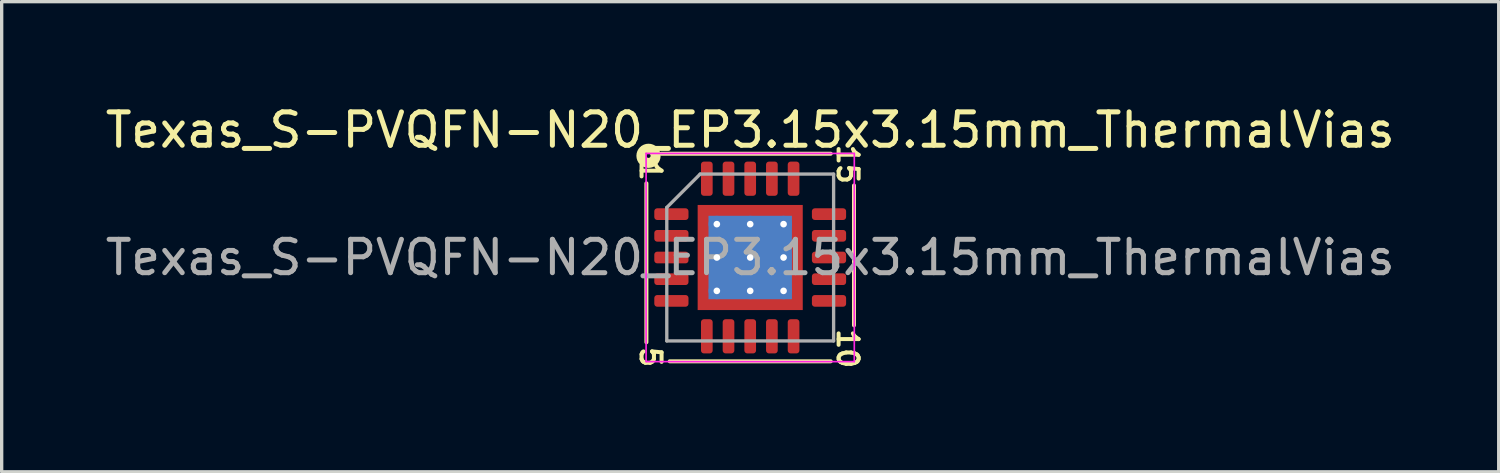
<source format=kicad_pcb>
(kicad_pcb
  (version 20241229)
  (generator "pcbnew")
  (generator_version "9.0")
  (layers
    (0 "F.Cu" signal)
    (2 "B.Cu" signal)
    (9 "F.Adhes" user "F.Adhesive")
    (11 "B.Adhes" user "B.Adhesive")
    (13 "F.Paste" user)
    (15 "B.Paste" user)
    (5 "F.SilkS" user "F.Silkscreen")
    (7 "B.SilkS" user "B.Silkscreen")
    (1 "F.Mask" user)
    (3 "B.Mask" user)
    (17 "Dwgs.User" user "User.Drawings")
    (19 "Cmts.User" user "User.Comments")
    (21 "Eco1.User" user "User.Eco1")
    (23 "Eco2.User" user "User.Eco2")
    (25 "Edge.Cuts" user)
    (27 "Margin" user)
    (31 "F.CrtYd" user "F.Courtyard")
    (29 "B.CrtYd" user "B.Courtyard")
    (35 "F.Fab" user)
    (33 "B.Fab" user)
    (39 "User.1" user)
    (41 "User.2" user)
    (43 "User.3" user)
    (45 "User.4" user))
  (footprint "Texas_S-PVQFN-N20_EP3.15x3.15mm_ThermalVias"
    (layer "F.Cu")
    (at 19.435 4.668)
    (property "Reference" "Texas_S-PVQFN-N20_EP3.15x3.15mm_ThermalVias" (at 0 -3.82 0) (layer "F.SilkS") (effects (font (size 1 1) (thickness 0.15))))
    (attr smd)
    (fp_line (start -3.111 -2.223) (end -3.111 2.54) (stroke (width 0.12) (type solid)) (layer "F.SilkS"))
    (fp_line (start -2.413 3.111) (end 2.413 3.111) (stroke (width 0.12) (type solid)) (layer "F.SilkS"))
    (fp_line (start 2.413 -3.111) (end -2.667 -3.111) (stroke (width 0.12) (type solid)) (layer "F.SilkS"))
    (fp_line (start 3.111 2.032) (end 3.111 -2.159) (stroke (width 0.12) (type solid)) (layer "F.SilkS"))
    (fp_circle (center -3.048 -3.048) (end -2.985 -3.048) (stroke (width 0.3) (type solid)) (fill no) (layer "F.SilkS"))
    (fp_line (start -3.12 -3.12) (end -3.12 3.12) (stroke (width 0.05) (type solid)) (layer "F.CrtYd"))
    (fp_line (start -3.12 3.12) (end 3.12 3.12) (stroke (width 0.05) (type solid)) (layer "F.CrtYd"))
    (fp_line (start 3.12 -3.12) (end -3.12 -3.12) (stroke (width 0.05) (type solid)) (layer "F.CrtYd"))
    (fp_line (start 3.12 3.12) (end 3.12 -3.12) (stroke (width 0.05) (type solid)) (layer "F.CrtYd"))
    (fp_line (start -2.5 -1.5) (end -1.5 -2.5) (stroke (width 0.1) (type solid)) (layer "F.Fab"))
    (fp_line (start -2.5 2.5) (end -2.5 -1.5) (stroke (width 0.1) (type solid)) (layer "F.Fab"))
    (fp_line (start -1.5 -2.5) (end 2.5 -2.5) (stroke (width 0.1) (type solid)) (layer "F.Fab"))
    (fp_line (start 2.5 -2.5) (end 2.5 2.5) (stroke (width 0.1) (type solid)) (layer "F.Fab"))
    (fp_line (start 2.5 2.5) (end -2.5 2.5) (stroke (width 0.1) (type solid)) (layer "F.Fab"))
    (fp_text user "1" (at -2.985 -2.603 270) (unlocked yes) (layer "F.SilkS") (effects (font (size 0.6 0.6) (thickness 0.12))))
    (fp_text user "10" (at 2.921 2.731 270) (unlocked yes) (layer "F.SilkS") (effects (font (size 0.6 0.6) (thickness 0.12))))
    (fp_text user "15" (at 2.921 -2.794 270) (unlocked yes) (layer "F.SilkS") (effects (font (size 0.6 0.6) (thickness 0.12))))
    (fp_text user "5" (at -2.985 2.985 270) (unlocked yes) (layer "F.SilkS") (effects (font (size 0.6 0.6) (thickness 0.12))))
    (fp_text user "${REFERENCE}" (at 0 0 0) (layer "F.Fab") (effects (font (size 1 1) (thickness 0.15))))
    (pad "" smd custom (at -1.288 -1.288) (size 0.342 0.342) (layers "F.Paste") (options (anchor circle)) (primitives (gr_poly (pts (xy -0.116 -0.116) (xy 0.116 -0.116) (xy 0.116 0.012) (xy 0.012 0.116) (xy -0.116 0.116)) (width 0.232) (fill yes))))
    (pad "" smd custom (at -1.288 -0.5) (size 0.371 0.371) (layers "F.Paste") (options (anchor circle)) (primitives (gr_poly (pts (xy -0.14 -0.311) (xy 0.063 -0.311) (xy 0.14 -0.235) (xy 0.14 0.235) (xy 0.063 0.311) (xy -0.14 0.311)) (width 0.184) (fill yes))))
    (pad "" smd custom (at -1.288 0.5) (size 0.371 0.371) (layers "F.Paste") (options (anchor circle)) (primitives (gr_poly (pts (xy -0.14 -0.311) (xy 0.063 -0.311) (xy 0.14 -0.235) (xy 0.14 0.235) (xy 0.063 0.311) (xy -0.14 0.311)) (width 0.184) (fill yes))))
    (pad "" smd custom (at -1.288 1.288) (size 0.342 0.342) (layers "F.Paste") (options (anchor circle)) (primitives (gr_poly (pts (xy -0.116 -0.116) (xy 0.012 -0.116) (xy 0.116 -0.012) (xy 0.116 0.116) (xy -0.116 0.116)) (width 0.232) (fill yes))))
    (pad "" smd custom (at -0.5 -1.288) (size 0.371 0.371) (layers "F.Paste") (options (anchor circle)) (primitives (gr_poly (pts (xy -0.311 -0.14) (xy 0.311 -0.14) (xy 0.311 0.063) (xy 0.235 0.14) (xy -0.235 0.14) (xy -0.311 0.063)) (width 0.184) (fill yes))))
    (pad "" smd roundrect (at -0.5 -0.5) (size 0.806 0.806) (layers "F.Paste") (roundrect_rratio 0.25))
    (pad "" smd roundrect (at -0.5 0.5) (size 0.806 0.806) (layers "F.Paste") (roundrect_rratio 0.25))
    (pad "" smd custom (at -0.5 1.288) (size 0.371 0.371) (layers "F.Paste") (options (anchor circle)) (primitives (gr_poly (pts (xy -0.311 -0.063) (xy -0.235 -0.14) (xy 0.235 -0.14) (xy 0.311 -0.063) (xy 0.311 0.14) (xy -0.311 0.14)) (width 0.184) (fill yes))))
    (pad "" smd custom (at 0.5 -1.288) (size 0.371 0.371) (layers "F.Paste") (options (anchor circle)) (primitives (gr_poly (pts (xy -0.311 -0.14) (xy 0.311 -0.14) (xy 0.311 0.063) (xy 0.235 0.14) (xy -0.235 0.14) (xy -0.311 0.063)) (width 0.184) (fill yes))))
    (pad "" smd roundrect (at 0.5 -0.5) (size 0.806 0.806) (layers "F.Paste") (roundrect_rratio 0.25))
    (pad "" smd roundrect (at 0.5 0.5) (size 0.806 0.806) (layers "F.Paste") (roundrect_rratio 0.25))
    (pad "" smd custom (at 0.5 1.288) (size 0.371 0.371) (layers "F.Paste") (options (anchor circle)) (primitives (gr_poly (pts (xy -0.311 -0.063) (xy -0.235 -0.14) (xy 0.235 -0.14) (xy 0.311 -0.063) (xy 0.311 0.14) (xy -0.311 0.14)) (width 0.184) (fill yes))))
    (pad "" smd custom (at 1.288 -1.288) (size 0.342 0.342) (layers "F.Paste") (options (anchor circle)) (primitives (gr_poly (pts (xy -0.116 -0.116) (xy 0.116 -0.116) (xy 0.116 0.116) (xy -0.012 0.116) (xy -0.116 0.012)) (width 0.232) (fill yes))))
    (pad "" smd custom (at 1.288 -0.5) (size 0.371 0.371) (layers "F.Paste") (options (anchor circle)) (primitives (gr_poly (pts (xy -0.14 -0.235) (xy -0.063 -0.311) (xy 0.14 -0.311) (xy 0.14 0.311) (xy -0.063 0.311) (xy -0.14 0.235)) (width 0.184) (fill yes))))
    (pad "" smd custom (at 1.288 0.5) (size 0.371 0.371) (layers "F.Paste") (options (anchor circle)) (primitives (gr_poly (pts (xy -0.14 -0.235) (xy -0.063 -0.311) (xy 0.14 -0.311) (xy 0.14 0.311) (xy -0.063 0.311) (xy -0.14 0.235)) (width 0.184) (fill yes))))
    (pad "" smd custom (at 1.288 1.288) (size 0.342 0.342) (layers "F.Paste") (options (anchor circle)) (primitives (gr_poly (pts (xy -0.116 -0.012) (xy -0.012 -0.116) (xy 0.116 -0.116) (xy 0.116 0.116) (xy -0.116 0.116)) (width 0.232) (fill yes))))
    (pad "1" smd roundrect (at -2.362 -1.3) (size 1.025 0.35) (layers "F.Cu" "F.Mask" "F.Paste") (roundrect_rratio 0.25))
    (pad "2" smd roundrect (at -2.362 -0.65) (size 1.025 0.35) (layers "F.Cu" "F.Mask" "F.Paste") (roundrect_rratio 0.25))
    (pad "3" smd roundrect (at -2.362 0) (size 1.025 0.35) (layers "F.Cu" "F.Mask" "F.Paste") (roundrect_rratio 0.25))
    (pad "4" smd roundrect (at -2.362 0.65) (size 1.025 0.35) (layers "F.Cu" "F.Mask" "F.Paste") (roundrect_rratio 0.25))
    (pad "5" smd roundrect (at -2.362 1.3) (size 1.025 0.35) (layers "F.Cu" "F.Mask" "F.Paste") (roundrect_rratio 0.25))
    (pad "6" smd roundrect (at -1.3 2.362) (size 0.35 1.025) (layers "F.Cu" "F.Mask" "F.Paste") (roundrect_rratio 0.25))
    (pad "7" smd roundrect (at -0.65 2.362) (size 0.35 1.025) (layers "F.Cu" "F.Mask" "F.Paste") (roundrect_rratio 0.25))
    (pad "8" smd roundrect (at 0 2.362) (size 0.35 1.025) (layers "F.Cu" "F.Mask" "F.Paste") (roundrect_rratio 0.25))
    (pad "9" smd roundrect (at 0.65 2.362) (size 0.35 1.025) (layers "F.Cu" "F.Mask" "F.Paste") (roundrect_rratio 0.25))
    (pad "10" smd roundrect (at 1.3 2.362) (size 0.35 1.025) (layers "F.Cu" "F.Mask" "F.Paste") (roundrect_rratio 0.25))
    (pad "11" smd roundrect (at 2.362 1.3) (size 1.025 0.35) (layers "F.Cu" "F.Mask" "F.Paste") (roundrect_rratio 0.25))
    (pad "12" smd roundrect (at 2.362 0.65) (size 1.025 0.35) (layers "F.Cu" "F.Mask" "F.Paste") (roundrect_rratio 0.25))
    (pad "13" smd roundrect (at 2.362 0) (size 1.025 0.35) (layers "F.Cu" "F.Mask" "F.Paste") (roundrect_rratio 0.25))
    (pad "14" smd roundrect (at 2.362 -0.65) (size 1.025 0.35) (layers "F.Cu" "F.Mask" "F.Paste") (roundrect_rratio 0.25))
    (pad "15" smd roundrect (at 2.362 -1.3) (size 1.025 0.35) (layers "F.Cu" "F.Mask" "F.Paste") (roundrect_rratio 0.25))
    (pad "16" smd roundrect (at 1.3 -2.362) (size 0.35 1.025) (layers "F.Cu" "F.Mask" "F.Paste") (roundrect_rratio 0.25))
    (pad "17" smd roundrect (at 0.65 -2.362) (size 0.35 1.025) (layers "F.Cu" "F.Mask" "F.Paste") (roundrect_rratio 0.25))
    (pad "18" smd roundrect (at 0 -2.362) (size 0.35 1.025) (layers "F.Cu" "F.Mask" "F.Paste") (roundrect_rratio 0.25))
    (pad "19" smd roundrect (at -0.65 -2.362) (size 0.35 1.025) (layers "F.Cu" "F.Mask" "F.Paste") (roundrect_rratio 0.25))
    (pad "20" smd roundrect (at -1.3 -2.362) (size 0.35 1.025) (layers "F.Cu" "F.Mask" "F.Paste") (roundrect_rratio 0.25))
    (pad "21" thru_hole circle (at -1 -1) (size 0.5 0.5) (drill 0.2) (layers "*.Cu"))
    (pad "21" thru_hole circle (at -1 0) (size 0.5 0.5) (drill 0.2) (layers "*.Cu"))
    (pad "21" thru_hole circle (at -1 1) (size 0.5 0.5) (drill 0.2) (layers "*.Cu"))
    (pad "21" thru_hole circle (at 0 -1) (size 0.5 0.5) (drill 0.2) (layers "*.Cu"))
    (pad "21" thru_hole circle (at 0 0) (size 0.5 0.5) (drill 0.2) (layers "*.Cu"))
    (pad "21" smd rect (at 0 0) (size 2.5 2.5) (layers "B.Cu" "B.Mask"))
    (pad "21" smd rect (at 0 0) (size 3.15 3.15) (layers "F.Cu" "F.Mask"))
    (pad "21" thru_hole circle (at 0 1) (size 0.5 0.5) (drill 0.2) (layers "*.Cu"))
    (pad "21" thru_hole circle (at 1 -1) (size 0.5 0.5) (drill 0.2) (layers "*.Cu"))
    (pad "21" thru_hole circle (at 1 0) (size 0.5 0.5) (drill 0.2) (layers "*.Cu"))
    (pad "21" thru_hole circle (at 1 1) (size 0.5 0.5) (drill 0.2) (layers "*.Cu")))
  (gr_rect
    (start -3 -3)
    (end 41.869 11.09)
    (stroke (width 0.1) (type default))
    (fill no)
    (layer "Edge.Cuts")))
</source>
